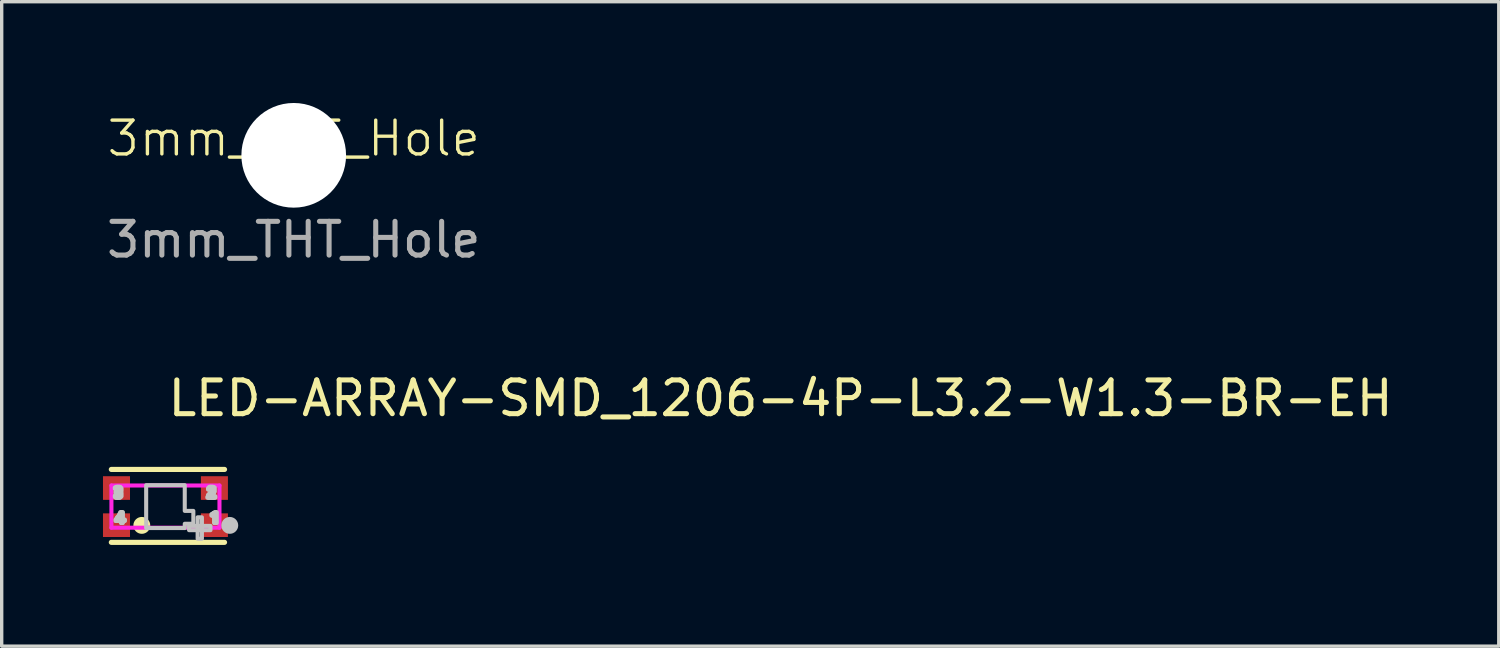
<source format=kicad_pcb>
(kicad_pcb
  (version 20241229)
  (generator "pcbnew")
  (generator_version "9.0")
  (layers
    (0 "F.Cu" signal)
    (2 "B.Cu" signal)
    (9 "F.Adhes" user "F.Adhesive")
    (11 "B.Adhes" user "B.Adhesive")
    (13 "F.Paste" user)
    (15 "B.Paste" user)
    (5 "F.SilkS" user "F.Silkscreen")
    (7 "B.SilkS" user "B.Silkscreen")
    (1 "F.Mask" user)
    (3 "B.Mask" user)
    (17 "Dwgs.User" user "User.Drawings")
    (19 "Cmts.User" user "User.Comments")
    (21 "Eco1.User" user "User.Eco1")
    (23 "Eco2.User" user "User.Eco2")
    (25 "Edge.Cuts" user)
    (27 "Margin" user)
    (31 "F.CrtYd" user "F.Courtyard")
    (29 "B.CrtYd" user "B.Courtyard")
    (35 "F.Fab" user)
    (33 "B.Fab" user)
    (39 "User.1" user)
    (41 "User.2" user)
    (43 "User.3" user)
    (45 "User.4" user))
  (footprint "LED-ARRAY-SMD_1206-4P-L3.2-W1.3-BR-EH"
    (layer "F.Cu")
    (at 1.85 11.954)
    (property "Reference" "LED-ARRAY-SMD_1206-4P-L3.2-W1.3-BR-EH" (at 0 -3.207 0) (layer "F.SilkS") (effects (font (size 1 1) (thickness 0.15)) (justify left)))
    (attr through_hole)
    (fp_line (start 1.75 -1.101) (end -1.603 -1.101) (stroke (width 0.152) (type solid)) (layer "F.SilkS"))
    (fp_line (start 1.75 1.058) (end -1.603 1.058) (stroke (width 0.152) (type solid)) (layer "F.SilkS"))
    (fp_circle (center -0.7 0.556) (end -0.575 0.556) (stroke (width 0.25) (type solid)) (fill no) (layer "F.SilkS"))
    (fp_circle (center 1.905 0.556) (end 2.03 0.556) (stroke (width 0.25) (type solid)) (fill no) (layer "Dwgs.User"))
    (fp_poly (pts (xy -1.5 -0.565) (xy -1.48 -0.565) (xy -1.48 -0.525) (xy -1.5 -0.525)) (stroke (width 0.12) (type solid)) (fill no) (layer "Dwgs.User"))
    (fp_poly (pts (xy -1.5 -0.325) (xy -1.48 -0.325) (xy -1.48 -0.285) (xy -1.5 -0.285)) (stroke (width 0.12) (type solid)) (fill no) (layer "Dwgs.User"))
    (fp_poly (pts (xy -1.48 -0.565) (xy -1.46 -0.565) (xy -1.46 -0.525) (xy -1.48 -0.525)) (stroke (width 0.12) (type solid)) (fill no) (layer "Dwgs.User"))
    (fp_poly (pts (xy -1.48 -0.445) (xy -1.46 -0.445) (xy -1.46 -0.405) (xy -1.48 -0.405)) (stroke (width 0.12) (type solid)) (fill no) (layer "Dwgs.User"))
    (fp_poly (pts (xy -1.48 -0.325) (xy -1.46 -0.325) (xy -1.46 -0.265) (xy -1.48 -0.265)) (stroke (width 0.12) (type solid)) (fill no) (layer "Dwgs.User"))
    (fp_poly (pts (xy -1.48 0.385) (xy -1.46 0.385) (xy -1.46 0.425) (xy -1.48 0.425)) (stroke (width 0.12) (type solid)) (fill no) (layer "Dwgs.User"))
    (fp_poly (pts (xy -1.46 -0.585) (xy -1.44 -0.585) (xy -1.44 -0.525) (xy -1.46 -0.525)) (stroke (width 0.12) (type solid)) (fill no) (layer "Dwgs.User"))
    (fp_poly (pts (xy -1.46 -0.445) (xy -1.44 -0.445) (xy -1.44 -0.405) (xy -1.46 -0.405)) (stroke (width 0.12) (type solid)) (fill no) (layer "Dwgs.User"))
    (fp_poly (pts (xy -1.46 -0.325) (xy -1.44 -0.325) (xy -1.44 -0.265) (xy -1.46 -0.265)) (stroke (width 0.12) (type solid)) (fill no) (layer "Dwgs.User"))
    (fp_poly (pts (xy -1.46 0.365) (xy -1.44 0.365) (xy -1.44 0.425) (xy -1.46 0.425)) (stroke (width 0.12) (type solid)) (fill no) (layer "Dwgs.User"))
    (fp_poly (pts (xy -1.44 -0.585) (xy -1.42 -0.585) (xy -1.42 -0.545) (xy -1.44 -0.545)) (stroke (width 0.12) (type solid)) (fill no) (layer "Dwgs.User"))
    (fp_poly (pts (xy -1.44 -0.445) (xy -1.42 -0.445) (xy -1.42 -0.405) (xy -1.44 -0.405)) (stroke (width 0.12) (type solid)) (fill no) (layer "Dwgs.User"))
    (fp_poly (pts (xy -1.44 -0.305) (xy -1.42 -0.305) (xy -1.42 -0.265) (xy -1.44 -0.265)) (stroke (width 0.12) (type solid)) (fill no) (layer "Dwgs.User"))
    (fp_poly (pts (xy -1.44 0.325) (xy -1.42 0.325) (xy -1.42 0.425) (xy -1.44 0.425)) (stroke (width 0.12) (type solid)) (fill no) (layer "Dwgs.User"))
    (fp_poly (pts (xy -1.42 -0.585) (xy -1.4 -0.585) (xy -1.4 -0.545) (xy -1.42 -0.545)) (stroke (width 0.12) (type solid)) (fill no) (layer "Dwgs.User"))
    (fp_poly (pts (xy -1.42 -0.445) (xy -1.4 -0.445) (xy -1.4 -0.405) (xy -1.42 -0.405)) (stroke (width 0.12) (type solid)) (fill no) (layer "Dwgs.User"))
    (fp_poly (pts (xy -1.42 -0.305) (xy -1.4 -0.305) (xy -1.4 -0.265) (xy -1.42 -0.265)) (stroke (width 0.12) (type solid)) (fill no) (layer "Dwgs.User"))
    (fp_poly (pts (xy -1.42 0.305) (xy -1.4 0.305) (xy -1.4 0.425) (xy -1.42 0.425)) (stroke (width 0.12) (type solid)) (fill no) (layer "Dwgs.User"))
    (fp_poly (pts (xy -1.4 -0.585) (xy -1.38 -0.585) (xy -1.38 -0.545) (xy -1.4 -0.545)) (stroke (width 0.12) (type solid)) (fill no) (layer "Dwgs.User"))
    (fp_poly (pts (xy -1.4 -0.465) (xy -1.38 -0.465) (xy -1.38 -0.405) (xy -1.4 -0.405)) (stroke (width 0.12) (type solid)) (fill no) (layer "Dwgs.User"))
    (fp_poly (pts (xy -1.4 -0.305) (xy -1.38 -0.305) (xy -1.38 -0.265) (xy -1.4 -0.265)) (stroke (width 0.12) (type solid)) (fill no) (layer "Dwgs.User"))
    (fp_poly (pts (xy -1.4 0.285) (xy -1.38 0.285) (xy -1.38 0.425) (xy -1.4 0.425)) (stroke (width 0.12) (type solid)) (fill no) (layer "Dwgs.User"))
    (fp_poly (pts (xy -1.38 -0.585) (xy -1.36 -0.585) (xy -1.36 -0.385) (xy -1.38 -0.385)) (stroke (width 0.12) (type solid)) (fill no) (layer "Dwgs.User"))
    (fp_poly (pts (xy -1.38 -0.325) (xy -1.36 -0.325) (xy -1.36 -0.265) (xy -1.38 -0.265)) (stroke (width 0.12) (type solid)) (fill no) (layer "Dwgs.User"))
    (fp_poly (pts (xy -1.38 0.245) (xy -1.36 0.245) (xy -1.36 0.345) (xy -1.38 0.345)) (stroke (width 0.12) (type solid)) (fill no) (layer "Dwgs.User"))
    (fp_poly (pts (xy -1.38 0.385) (xy -1.36 0.385) (xy -1.36 0.425) (xy -1.38 0.425)) (stroke (width 0.12) (type solid)) (fill no) (layer "Dwgs.User"))
    (fp_poly (pts (xy -1.36 -0.585) (xy -1.34 -0.585) (xy -1.34 -0.265) (xy -1.36 -0.265)) (stroke (width 0.12) (type solid)) (fill no) (layer "Dwgs.User"))
    (fp_poly (pts (xy -1.36 0.205) (xy -1.34 0.205) (xy -1.34 0.325) (xy -1.36 0.325)) (stroke (width 0.12) (type solid)) (fill no) (layer "Dwgs.User"))
    (fp_poly (pts (xy -1.36 0.385) (xy -1.34 0.385) (xy -1.34 0.425) (xy -1.36 0.425)) (stroke (width 0.12) (type solid)) (fill no) (layer "Dwgs.User"))
    (fp_poly (pts (xy -1.34 -0.565) (xy -1.32 -0.565) (xy -1.32 -0.445) (xy -1.34 -0.445)) (stroke (width 0.12) (type solid)) (fill no) (layer "Dwgs.User"))
    (fp_poly (pts (xy -1.34 -0.425) (xy -1.32 -0.425) (xy -1.32 -0.285) (xy -1.34 -0.285)) (stroke (width 0.12) (type solid)) (fill no) (layer "Dwgs.User"))
    (fp_poly (pts (xy -1.34 0.165) (xy -1.32 0.165) (xy -1.32 0.285) (xy -1.34 0.285)) (stroke (width 0.12) (type solid)) (fill no) (layer "Dwgs.User"))
    (fp_poly (pts (xy -1.34 0.385) (xy -1.32 0.385) (xy -1.32 0.425) (xy -1.34 0.425)) (stroke (width 0.12) (type solid)) (fill no) (layer "Dwgs.User"))
    (fp_poly (pts (xy -1.32 -0.545) (xy -1.3 -0.545) (xy -1.3 -0.465) (xy -1.32 -0.465)) (stroke (width 0.12) (type solid)) (fill no) (layer "Dwgs.User"))
    (fp_poly (pts (xy -1.32 -0.405) (xy -1.3 -0.405) (xy -1.3 -0.305) (xy -1.32 -0.305)) (stroke (width 0.12) (type solid)) (fill no) (layer "Dwgs.User"))
    (fp_poly (pts (xy -1.32 0.165) (xy -1.3 0.165) (xy -1.3 0.485) (xy -1.32 0.485)) (stroke (width 0.12) (type solid)) (fill no) (layer "Dwgs.User"))
    (fp_poly (pts (xy -1.3 0.165) (xy -1.28 0.165) (xy -1.28 0.485) (xy -1.3 0.485)) (stroke (width 0.12) (type solid)) (fill no) (layer "Dwgs.User"))
    (fp_poly (pts (xy -1.28 0.165) (xy -1.26 0.165) (xy -1.26 0.485) (xy -1.28 0.485)) (stroke (width 0.12) (type solid)) (fill no) (layer "Dwgs.User"))
    (fp_poly (pts (xy -1.26 0.385) (xy -1.24 0.385) (xy -1.24 0.425) (xy -1.26 0.425)) (stroke (width 0.12) (type solid)) (fill no) (layer "Dwgs.User"))
    (fp_poly (pts (xy -1.24 0.385) (xy -1.22 0.385) (xy -1.22 0.425) (xy -1.24 0.425)) (stroke (width 0.12) (type solid)) (fill no) (layer "Dwgs.User"))
    (fp_poly (pts (xy -1.22 0.385) (xy -1.2 0.385) (xy -1.2 0.425) (xy -1.22 0.425)) (stroke (width 0.12) (type solid)) (fill no) (layer "Dwgs.User"))
    (fp_poly (pts (xy 0.699 0.571) (xy 1.334 0.571) (xy 1.334 0.698) (xy 0.699 0.698)) (stroke (width 0.12) (type solid)) (fill no) (layer "Dwgs.User"))
    (fp_poly (pts (xy 0.953 0.952) (xy 0.953 0.317) (xy 1.08 0.317) (xy 1.08 0.952)) (stroke (width 0.12) (type solid)) (fill no) (layer "Dwgs.User"))
    (fp_poly (pts (xy 1.26 -0.265) (xy 1.24 -0.265) (xy 1.24 -0.285) (xy 1.26 -0.285)) (stroke (width 0.12) (type solid)) (fill no) (layer "Dwgs.User"))
    (fp_poly (pts (xy 1.28 -0.505) (xy 1.26 -0.505) (xy 1.26 -0.545) (xy 1.28 -0.545)) (stroke (width 0.12) (type solid)) (fill no) (layer "Dwgs.User"))
    (fp_poly (pts (xy 1.28 -0.265) (xy 1.26 -0.265) (xy 1.26 -0.345) (xy 1.28 -0.345)) (stroke (width 0.12) (type solid)) (fill no) (layer "Dwgs.User"))
    (fp_poly (pts (xy 1.3 -0.505) (xy 1.28 -0.505) (xy 1.28 -0.565) (xy 1.3 -0.565)) (stroke (width 0.12) (type solid)) (fill no) (layer "Dwgs.User"))
    (fp_poly (pts (xy 1.3 -0.265) (xy 1.28 -0.265) (xy 1.28 -0.365) (xy 1.3 -0.365)) (stroke (width 0.12) (type solid)) (fill no) (layer "Dwgs.User"))
    (fp_poly (pts (xy 1.32 -0.525) (xy 1.3 -0.525) (xy 1.3 -0.585) (xy 1.32 -0.585)) (stroke (width 0.12) (type solid)) (fill no) (layer "Dwgs.User"))
    (fp_poly (pts (xy 1.32 -0.265) (xy 1.3 -0.265) (xy 1.3 -0.385) (xy 1.32 -0.385)) (stroke (width 0.12) (type solid)) (fill no) (layer "Dwgs.User"))
    (fp_poly (pts (xy 1.34 -0.525) (xy 1.32 -0.525) (xy 1.32 -0.585) (xy 1.34 -0.585)) (stroke (width 0.12) (type solid)) (fill no) (layer "Dwgs.User"))
    (fp_poly (pts (xy 1.34 -0.345) (xy 1.32 -0.345) (xy 1.32 -0.405) (xy 1.34 -0.405)) (stroke (width 0.12) (type solid)) (fill no) (layer "Dwgs.User"))
    (fp_poly (pts (xy 1.34 -0.265) (xy 1.32 -0.265) (xy 1.32 -0.305) (xy 1.34 -0.305)) (stroke (width 0.12) (type solid)) (fill no) (layer "Dwgs.User"))
    (fp_poly (pts (xy 1.36 -0.545) (xy 1.34 -0.545) (xy 1.34 -0.585) (xy 1.36 -0.585)) (stroke (width 0.12) (type solid)) (fill no) (layer "Dwgs.User"))
    (fp_poly (pts (xy 1.36 -0.365) (xy 1.34 -0.365) (xy 1.34 -0.425) (xy 1.36 -0.425)) (stroke (width 0.12) (type solid)) (fill no) (layer "Dwgs.User"))
    (fp_poly (pts (xy 1.36 -0.265) (xy 1.34 -0.265) (xy 1.34 -0.305) (xy 1.36 -0.305)) (stroke (width 0.12) (type solid)) (fill no) (layer "Dwgs.User"))
    (fp_poly (pts (xy 1.38 -0.545) (xy 1.36 -0.545) (xy 1.36 -0.585) (xy 1.38 -0.585)) (stroke (width 0.12) (type solid)) (fill no) (layer "Dwgs.User"))
    (fp_poly (pts (xy 1.38 -0.365) (xy 1.36 -0.365) (xy 1.36 -0.425) (xy 1.38 -0.425)) (stroke (width 0.12) (type solid)) (fill no) (layer "Dwgs.User"))
    (fp_poly (pts (xy 1.38 -0.265) (xy 1.36 -0.265) (xy 1.36 -0.305) (xy 1.38 -0.305)) (stroke (width 0.12) (type solid)) (fill no) (layer "Dwgs.User"))
    (fp_poly (pts (xy 1.38 0.265) (xy 1.36 0.265) (xy 1.36 0.225) (xy 1.38 0.225)) (stroke (width 0.12) (type solid)) (fill no) (layer "Dwgs.User"))
    (fp_poly (pts (xy 1.4 -0.525) (xy 1.38 -0.525) (xy 1.38 -0.585) (xy 1.4 -0.585)) (stroke (width 0.12) (type solid)) (fill no) (layer "Dwgs.User"))
    (fp_poly (pts (xy 1.4 -0.385) (xy 1.38 -0.385) (xy 1.38 -0.465) (xy 1.4 -0.465)) (stroke (width 0.12) (type solid)) (fill no) (layer "Dwgs.User"))
    (fp_poly (pts (xy 1.4 -0.265) (xy 1.38 -0.265) (xy 1.38 -0.305) (xy 1.4 -0.305)) (stroke (width 0.12) (type solid)) (fill no) (layer "Dwgs.User"))
    (fp_poly (pts (xy 1.4 0.265) (xy 1.38 0.265) (xy 1.38 0.225) (xy 1.4 0.225)) (stroke (width 0.12) (type solid)) (fill no) (layer "Dwgs.User"))
    (fp_poly (pts (xy 1.42 -0.405) (xy 1.4 -0.405) (xy 1.4 -0.585) (xy 1.42 -0.585)) (stroke (width 0.12) (type solid)) (fill no) (layer "Dwgs.User"))
    (fp_poly (pts (xy 1.42 -0.265) (xy 1.4 -0.265) (xy 1.4 -0.305) (xy 1.42 -0.305)) (stroke (width 0.12) (type solid)) (fill no) (layer "Dwgs.User"))
    (fp_poly (pts (xy 1.42 0.265) (xy 1.4 0.265) (xy 1.4 0.205) (xy 1.42 0.205)) (stroke (width 0.12) (type solid)) (fill no) (layer "Dwgs.User"))
    (fp_poly (pts (xy 1.44 -0.405) (xy 1.42 -0.405) (xy 1.42 -0.565) (xy 1.44 -0.565)) (stroke (width 0.12) (type solid)) (fill no) (layer "Dwgs.User"))
    (fp_poly (pts (xy 1.44 -0.265) (xy 1.42 -0.265) (xy 1.42 -0.305) (xy 1.44 -0.305)) (stroke (width 0.12) (type solid)) (fill no) (layer "Dwgs.User"))
    (fp_poly (pts (xy 1.44 0.245) (xy 1.42 0.245) (xy 1.42 0.185) (xy 1.44 0.185)) (stroke (width 0.12) (type solid)) (fill no) (layer "Dwgs.User"))
    (fp_poly (pts (xy 1.46 -0.445) (xy 1.44 -0.445) (xy 1.44 -0.565) (xy 1.46 -0.565)) (stroke (width 0.12) (type solid)) (fill no) (layer "Dwgs.User"))
    (fp_poly (pts (xy 1.46 -0.265) (xy 1.44 -0.265) (xy 1.44 -0.305) (xy 1.46 -0.305)) (stroke (width 0.12) (type solid)) (fill no) (layer "Dwgs.User"))
    (fp_poly (pts (xy 1.46 0.485) (xy 1.44 0.485) (xy 1.44 0.185) (xy 1.46 0.185)) (stroke (width 0.12) (type solid)) (fill no) (layer "Dwgs.User"))
    (fp_poly (pts (xy 1.48 -0.265) (xy 1.46 -0.265) (xy 1.46 -0.305) (xy 1.48 -0.305)) (stroke (width 0.12) (type solid)) (fill no) (layer "Dwgs.User"))
    (fp_poly (pts (xy 1.48 0.485) (xy 1.46 0.485) (xy 1.46 0.165) (xy 1.48 0.165)) (stroke (width 0.12) (type solid)) (fill no) (layer "Dwgs.User"))
    (fp_poly (pts (xy 1.5 0.485) (xy 1.48 0.485) (xy 1.48 0.165) (xy 1.5 0.165)) (stroke (width 0.12) (type solid)) (fill no) (layer "Dwgs.User"))
    (fp_poly (pts (xy 1.52 0.485) (xy 1.5 0.485) (xy 1.5 0.165) (xy 1.52 0.165)) (stroke (width 0.12) (type solid)) (fill no) (layer "Dwgs.User"))
    (fp_poly (pts (xy 0.572 -0.381) (xy 0.572 0.127) (xy 0.826 0.127) (xy 0.826 0.508) (xy 0.572 0.508) (xy 0.572 0.635) (xy -0.571 0.635) (xy -0.571 -0.635) (xy 0.572 -0.635)) (stroke (width 0.12) (type solid)) (fill no) (layer "Dwgs.User"))
    (fp_circle (center 1.6 0.625) (end 1.63 0.625) (stroke (width 0.06) (type solid)) (fill no) (layer "Eco2.User"))
    (fp_poly (pts (xy -1.6 -0.125) (xy -0.9 -0.125) (xy -0.9 -0.625) (xy -1.6 -0.625)) (stroke (width 0.12) (type solid)) (fill no) (layer "Eco2.User"))
    (fp_poly (pts (xy -1.6 0.625) (xy -0.9 0.625) (xy -0.9 0.125) (xy -1.6 0.125)) (stroke (width 0.12) (type solid)) (fill no) (layer "Eco2.User"))
    (fp_poly (pts (xy 1.6 -0.125) (xy 0.9 -0.125) (xy 0.9 -0.625) (xy 1.6 -0.625)) (stroke (width 0.12) (type solid)) (fill no) (layer "Eco2.User"))
    (fp_poly (pts (xy 1.6 0.625) (xy 0.9 0.625) (xy 0.9 0.125) (xy 1.6 0.125)) (stroke (width 0.12) (type solid)) (fill no) (layer "Eco2.User"))
    (fp_line (start -1.6 -0.625) (end 1.6 -0.625) (stroke (width 0.12) (type solid)) (layer "F.CrtYd"))
    (fp_line (start -1.6 0.625) (end -1.6 -0.625) (stroke (width 0.12) (type solid)) (layer "F.CrtYd"))
    (fp_line (start 1.6 -0.625) (end 1.6 0.625) (stroke (width 0.12) (type solid)) (layer "F.CrtYd"))
    (fp_line (start 1.6 0.625) (end -1.6 0.625) (stroke (width 0.12) (type solid)) (layer "F.CrtYd"))
    (pad "1" smd rect (at -1.45 0.55) (size 0.8 0.7) (layers "F.Cu" "F.Mask" "F.Paste"))
    (pad "2" smd rect (at -1.45 -0.55) (size 0.8 0.7) (layers "F.Cu" "F.Mask" "F.Paste"))
    (pad "3" smd rect (at 1.45 -0.55) (size 0.8 0.7) (layers "F.Cu" "F.Mask" "F.Paste"))
    (pad "4" smd rect (at 1.45 0.55) (size 0.8 0.7) (layers "F.Cu" "F.Mask" "F.Paste")))
  (footprint "3mm_THT_Hole"
    (layer "F.Cu")
    (at 5.649 1.55)
    (property "Reference" "3mm_THT_Hole" (at 0 -0.5 0) (unlocked yes) (layer "F.SilkS") (effects (font (size 1 1) (thickness 0.1))))
    (attr through_hole)
    (fp_text user "${REFERENCE}" (at 0 2.5 0) (unlocked yes) (layer "F.Fab") (effects (font (size 1 1) (thickness 0.15))))
    (pad "" np_thru_hole circle (at 0 0 90) (size 3.1 3.1) (drill 3.1) (layers "*.Cu" "*.Mask")))
  (gr_rect
    (start -3 -3)
    (end 41.338 16.087)
    (stroke (width 0.1) (type default))
    (fill no)
    (layer "Edge.Cuts")))
</source>
